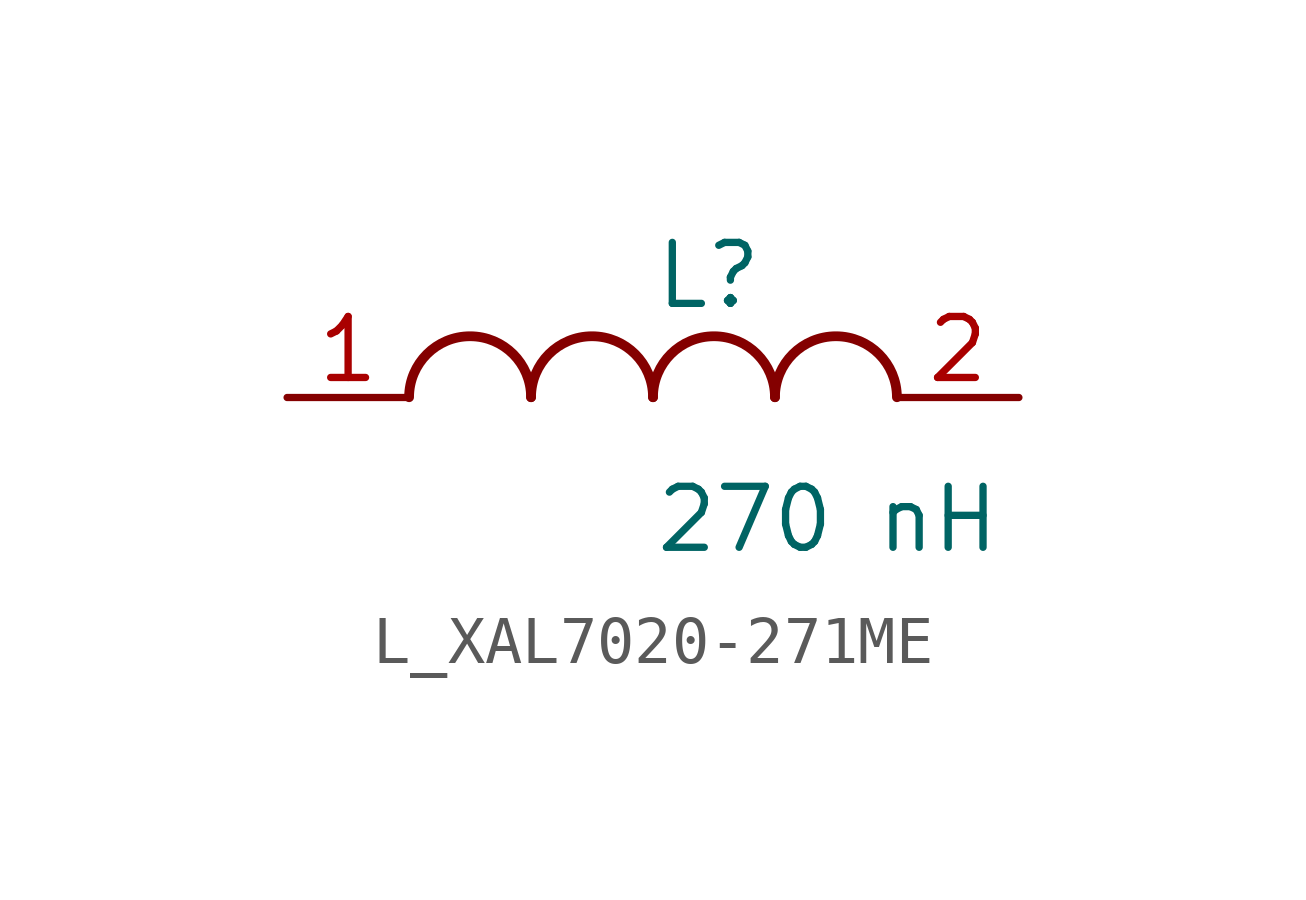
<source format=kicad_sym>
(kicad_symbol_lib
  (version 20231120)
  (generator kicad_symbol_editor)
  (generator_version 8.0)
  (symbol "L_XAL7020-271ME"
    (pin_names
      (offset 0.254))
    (property "Reference" "L"
      (at 0 2.54 0)
      (effects (font (size 1.27 1.27)) (justify left)))
    (property "Value" "270 nH"
      (at 0 -2.54 0)
      (effects (font (size 1.27 1.27)) (justify left)))
    (symbol "L_XAL7020-271ME_1_1"
      (arc (start -2.54 0.0056) (mid -3.81 1.27) (end -5.08 0.0056) (stroke (width 0.2032) (type default)) (fill (type none)))
      (arc (start 0 0.0056) (mid -1.27 1.27) (end -2.54 0.0056) (stroke (width 0.2032) (type default)) (fill (type none)))
      (arc (start 2.54 0.0056) (mid 1.27 1.27) (end 0 0.0056) (stroke (width 0.2032) (type default)) (fill (type none)))
      (arc (start 5.08 0.0056) (mid 3.81 1.27) (end 2.54 0.0056) (stroke (width 0.2032) (type default)) (fill (type none)))
      (pin unspecified line (at -7.62 0 0) (length 2.54) (name "" (effects (font (size 1.27 1.27)))) (number "1" (effects (font (size 1.27 1.27)))))
      (pin unspecified line (at 7.62 0 180) (length 2.54) (name "" (effects (font (size 1.27 1.27)))) (number "2" (effects (font (size 1.27 1.27))))))))
</source>
